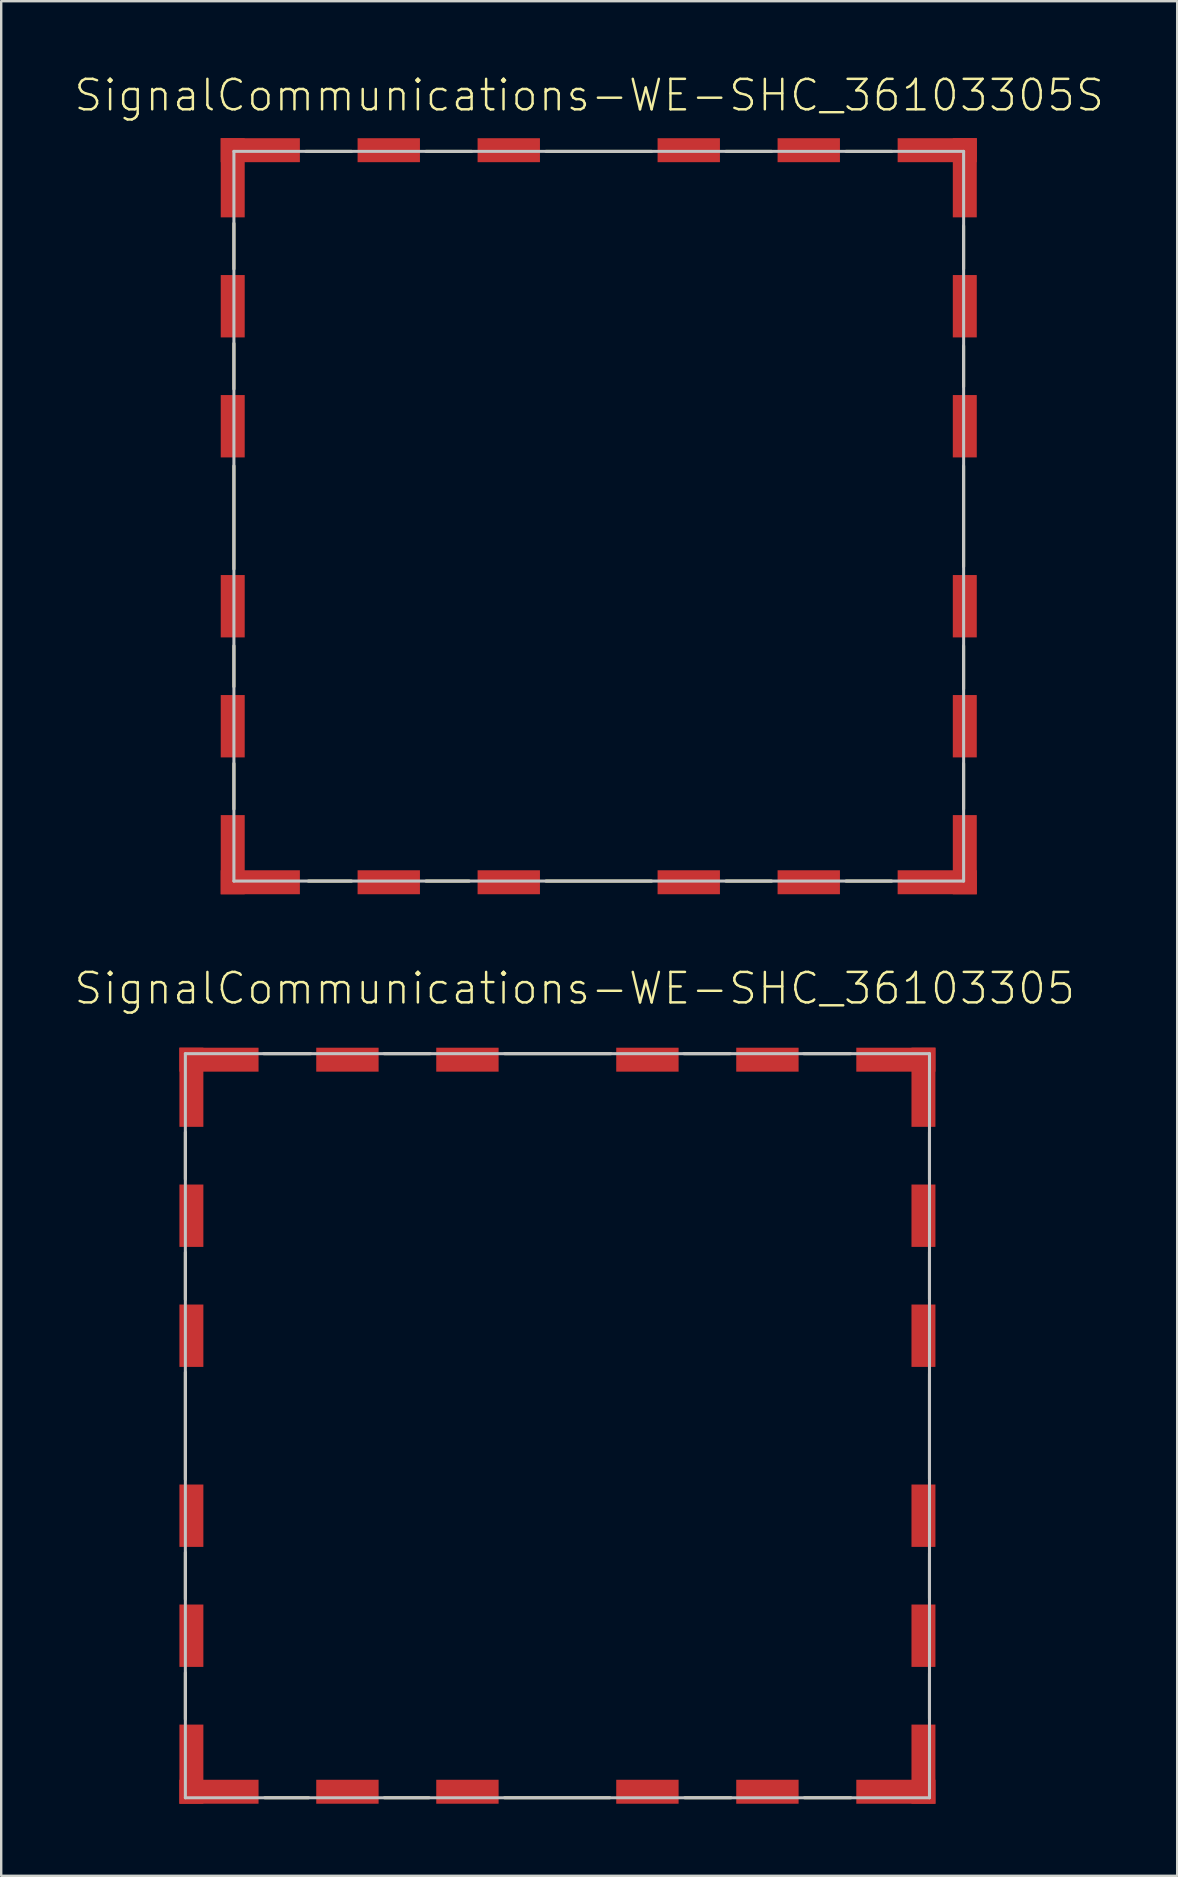
<source format=kicad_pcb>
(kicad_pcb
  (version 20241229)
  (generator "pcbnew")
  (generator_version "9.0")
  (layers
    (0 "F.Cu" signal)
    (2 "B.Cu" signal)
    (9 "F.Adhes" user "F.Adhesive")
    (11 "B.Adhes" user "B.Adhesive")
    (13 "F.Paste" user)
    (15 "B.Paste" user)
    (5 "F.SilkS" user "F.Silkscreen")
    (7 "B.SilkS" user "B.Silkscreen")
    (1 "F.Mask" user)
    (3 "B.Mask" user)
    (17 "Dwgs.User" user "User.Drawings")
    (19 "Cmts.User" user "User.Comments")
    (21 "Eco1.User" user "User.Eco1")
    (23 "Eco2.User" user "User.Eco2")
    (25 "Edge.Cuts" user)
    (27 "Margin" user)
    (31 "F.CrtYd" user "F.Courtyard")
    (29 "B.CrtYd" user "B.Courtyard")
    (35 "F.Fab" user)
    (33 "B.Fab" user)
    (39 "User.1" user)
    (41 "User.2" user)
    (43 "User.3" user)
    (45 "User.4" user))
  (footprint "SignalCommunications-WE-SHC_36103305"
    (layer "F.Cu")
    (at 20.171 56.342)
    (property "Reference" "SignalCommunications-WE-SHC_36103305" (at 0.719 -18.217 0) (layer "F.SilkS") (effects (font (size 1.27 1.27) (thickness 0.102))))
    (attr smd)
    (fp_line (start -15.499 -12.228) (end -15.499 -10.269) (stroke (width 0.127) (type solid)) (layer "F.SilkS"))
    (fp_line (start -15.499 -7.219) (end -15.499 -5.258) (stroke (width 0.127) (type solid)) (layer "F.SilkS"))
    (fp_line (start -15.499 -2.228) (end -15.499 2.238) (stroke (width 0.127) (type solid)) (layer "F.SilkS"))
    (fp_line (start -15.499 5.278) (end -15.499 7.229) (stroke (width 0.127) (type solid)) (layer "F.SilkS"))
    (fp_line (start -15.499 10.29) (end -15.499 12.228) (stroke (width 0.127) (type solid)) (layer "F.SilkS"))
    (fp_line (start -12.238 -15.499) (end -10.279 -15.499) (stroke (width 0.127) (type solid)) (layer "F.SilkS"))
    (fp_line (start -12.189 15.499) (end -10.368 15.499) (stroke (width 0.127) (type solid)) (layer "F.SilkS"))
    (fp_line (start -7.219 -15.499) (end -5.298 -15.499) (stroke (width 0.127) (type solid)) (layer "F.SilkS"))
    (fp_line (start -7.209 15.499) (end -5.349 15.499) (stroke (width 0.127) (type solid)) (layer "F.SilkS"))
    (fp_line (start -2.2 -15.499) (end 2.228 -15.499) (stroke (width 0.127) (type solid)) (layer "F.SilkS"))
    (fp_line (start -2.2 15.499) (end 2.179 15.499) (stroke (width 0.127) (type solid)) (layer "F.SilkS"))
    (fp_line (start 5.268 -15.499) (end 7.198 -15.499) (stroke (width 0.127) (type solid)) (layer "F.SilkS"))
    (fp_line (start 5.309 15.499) (end 7.229 15.499) (stroke (width 0.127) (type solid)) (layer "F.SilkS"))
    (fp_line (start 10.259 -15.499) (end 12.21 -15.499) (stroke (width 0.127) (type solid)) (layer "F.SilkS"))
    (fp_line (start 10.29 15.499) (end 12.22 15.499) (stroke (width 0.127) (type solid)) (layer "F.SilkS"))
    (fp_line (start 15.499 -10.259) (end 15.499 -12.22) (stroke (width 0.127) (type solid)) (layer "F.SilkS"))
    (fp_line (start 15.499 -7.239) (end 15.499 -5.278) (stroke (width 0.127) (type solid)) (layer "F.SilkS"))
    (fp_line (start 15.499 -2.169) (end 15.499 2.21) (stroke (width 0.127) (type solid)) (layer "F.SilkS"))
    (fp_line (start 15.499 7.188) (end 15.499 5.309) (stroke (width 0.127) (type solid)) (layer "F.SilkS"))
    (fp_line (start 15.499 12.2) (end 15.499 10.317) (stroke (width 0.127) (type solid)) (layer "F.SilkS"))
    (fp_line (start -15.499 -15.499) (end -15.499 15.499) (stroke (width 0.127) (type solid)) (layer "Dwgs.User"))
    (fp_line (start -15.499 15.499) (end 15.499 15.499) (stroke (width 0.127) (type solid)) (layer "Dwgs.User"))
    (fp_line (start 15.499 -15.499) (end -15.499 -15.499) (stroke (width 0.127) (type solid)) (layer "Dwgs.User"))
    (fp_line (start 15.499 15.499) (end 15.499 -15.499) (stroke (width 0.127) (type solid)) (layer "Dwgs.User"))
    (pad "1" smd rect (at 14.1 -15.248) (size 3.299 0.998) (layers "F.Cu" "F.Mask" "F.Paste"))
    (pad "2" smd rect (at 15.248 -14.1) (size 0.998 3.299) (layers "F.Cu" "F.Mask" "F.Paste"))
    (pad "3" smd rect (at 15.248 -8.748) (size 0.998 2.598) (layers "F.Cu" "F.Mask" "F.Paste"))
    (pad "4" smd rect (at 15.248 -3.749) (size 0.998 2.598) (layers "F.Cu" "F.Mask" "F.Paste"))
    (pad "5" smd rect (at 15.248 3.749) (size 0.998 2.598) (layers "F.Cu" "F.Mask" "F.Paste"))
    (pad "6" smd rect (at 15.248 8.748) (size 0.998 2.598) (layers "F.Cu" "F.Mask" "F.Paste"))
    (pad "7" smd rect (at 15.248 14.1) (size 0.998 3.299) (layers "F.Cu" "F.Mask" "F.Paste"))
    (pad "8" smd rect (at 14.1 15.248) (size 3.299 0.998) (layers "F.Cu" "F.Mask" "F.Paste"))
    (pad "9" smd rect (at 8.748 15.248) (size 2.598 0.998) (layers "F.Cu" "F.Mask" "F.Paste"))
    (pad "10" smd rect (at 3.749 15.248) (size 2.598 0.998) (layers "F.Cu" "F.Mask" "F.Paste"))
    (pad "11" smd rect (at -3.749 15.248) (size 2.598 0.998) (layers "F.Cu" "F.Mask" "F.Paste"))
    (pad "12" smd rect (at -8.748 15.248) (size 2.598 0.998) (layers "F.Cu" "F.Mask" "F.Paste"))
    (pad "13" smd rect (at -14.1 15.248) (size 3.299 0.998) (layers "F.Cu" "F.Mask" "F.Paste"))
    (pad "14" smd rect (at -15.248 14.1) (size 0.998 3.299) (layers "F.Cu" "F.Mask" "F.Paste"))
    (pad "15" smd rect (at -15.248 8.748) (size 0.998 2.598) (layers "F.Cu" "F.Mask" "F.Paste"))
    (pad "16" smd rect (at -15.248 3.749) (size 0.998 2.598) (layers "F.Cu" "F.Mask" "F.Paste"))
    (pad "17" smd rect (at -15.248 -3.749) (size 0.998 2.598) (layers "F.Cu" "F.Mask" "F.Paste"))
    (pad "18" smd rect (at -15.248 -8.748) (size 0.998 2.598) (layers "F.Cu" "F.Mask" "F.Paste"))
    (pad "19" smd rect (at -15.248 -14.1) (size 0.998 3.299) (layers "F.Cu" "F.Mask" "F.Paste"))
    (pad "20" smd rect (at -14.1 -15.248) (size 3.299 0.998) (layers "F.Cu" "F.Mask" "F.Paste"))
    (pad "21" smd rect (at -8.748 -15.248) (size 2.598 0.998) (layers "F.Cu" "F.Mask" "F.Paste"))
    (pad "22" smd rect (at -3.749 -15.248) (size 2.598 0.998) (layers "F.Cu" "F.Mask" "F.Paste"))
    (pad "23" smd rect (at 3.749 -15.248) (size 2.598 0.998) (layers "F.Cu" "F.Mask" "F.Paste"))
    (pad "24" smd rect (at 8.748 -15.248) (size 2.598 0.998) (layers "F.Cu" "F.Mask" "F.Paste")))
  (footprint "SignalCommunications-WE-SHC_36103305S"
    (layer "F.Cu")
    (at 21.893 18.455)
    (property "Reference" "SignalCommunications-WE-SHC_36103305S" (at -0.399 -17.534 0) (layer "F.SilkS") (effects (font (size 1.27 1.27) (thickness 0.102))))
    (attr smd)
    (fp_line (start -15.199 -12.2) (end -15.199 -10.3) (stroke (width 0.127) (type solid)) (layer "F.SilkS"))
    (fp_line (start -15.199 -7.198) (end -15.199 -5.298) (stroke (width 0.127) (type solid)) (layer "F.SilkS"))
    (fp_line (start -15.199 -2.098) (end -15.199 2.2) (stroke (width 0.127) (type solid)) (layer "F.SilkS"))
    (fp_line (start -15.199 5.397) (end -15.199 7.099) (stroke (width 0.127) (type solid)) (layer "F.SilkS"))
    (fp_line (start -15.199 10.3) (end -15.199 12.2) (stroke (width 0.127) (type solid)) (layer "F.SilkS"))
    (fp_line (start -12.2 -15.199) (end -10.3 -15.199) (stroke (width 0.127) (type solid)) (layer "F.SilkS"))
    (fp_line (start -12.098 15.199) (end -10.3 15.199) (stroke (width 0.127) (type solid)) (layer "F.SilkS"))
    (fp_line (start -7.198 -15.199) (end -5.298 -15.199) (stroke (width 0.127) (type solid)) (layer "F.SilkS"))
    (fp_line (start -7.198 15.199) (end -5.397 15.199) (stroke (width 0.127) (type solid)) (layer "F.SilkS"))
    (fp_line (start -2.2 -15.199) (end 2.2 -15.199) (stroke (width 0.127) (type solid)) (layer "F.SilkS"))
    (fp_line (start -2.2 15.199) (end 2.2 15.199) (stroke (width 0.127) (type solid)) (layer "F.SilkS"))
    (fp_line (start 5.298 -15.199) (end 7.198 -15.199) (stroke (width 0.127) (type solid)) (layer "F.SilkS"))
    (fp_line (start 5.298 15.199) (end 7.198 15.199) (stroke (width 0.127) (type solid)) (layer "F.SilkS"))
    (fp_line (start 10.3 -15.199) (end 12.2 -15.199) (stroke (width 0.127) (type solid)) (layer "F.SilkS"))
    (fp_line (start 10.3 15.199) (end 12.2 15.199) (stroke (width 0.127) (type solid)) (layer "F.SilkS"))
    (fp_line (start 15.199 -12.098) (end 15.199 -10.3) (stroke (width 0.127) (type solid)) (layer "F.SilkS"))
    (fp_line (start 15.199 -7.099) (end 15.199 -5.397) (stroke (width 0.127) (type solid)) (layer "F.SilkS"))
    (fp_line (start 15.199 -2.098) (end 15.199 2.098) (stroke (width 0.127) (type solid)) (layer "F.SilkS"))
    (fp_line (start 15.199 5.397) (end 15.199 7.198) (stroke (width 0.127) (type solid)) (layer "F.SilkS"))
    (fp_line (start 15.199 10.3) (end 15.199 12.2) (stroke (width 0.127) (type solid)) (layer "F.SilkS"))
    (fp_line (start -15.199 -15.199) (end 15.199 -15.199) (stroke (width 0.127) (type solid)) (layer "Dwgs.User"))
    (fp_line (start -15.199 15.199) (end -15.199 -15.199) (stroke (width 0.127) (type solid)) (layer "Dwgs.User"))
    (fp_line (start 15.199 -15.199) (end 15.199 15.199) (stroke (width 0.127) (type solid)) (layer "Dwgs.User"))
    (fp_line (start 15.199 15.199) (end -15.199 15.199) (stroke (width 0.127) (type solid)) (layer "Dwgs.User"))
    (pad "1" smd rect (at -3.749 -15.248) (size 2.598 0.998) (layers "F.Cu" "F.Mask" "F.Paste"))
    (pad "2" smd rect (at 3.749 -15.248) (size 2.598 0.998) (layers "F.Cu" "F.Mask" "F.Paste"))
    (pad "3" smd rect (at 8.748 -15.248) (size 2.598 0.998) (layers "F.Cu" "F.Mask" "F.Paste"))
    (pad "4" smd rect (at 14.1 -15.248) (size 3.299 0.998) (layers "F.Cu" "F.Mask" "F.Paste"))
    (pad "5" smd rect (at 15.248 -14.1 90) (size 3.299 0.998) (layers "F.Cu" "F.Mask" "F.Paste"))
    (pad "6" smd rect (at 15.248 -8.748 90) (size 2.598 0.998) (layers "F.Cu" "F.Mask" "F.Paste"))
    (pad "7" smd rect (at 15.248 -3.749 90) (size 2.598 0.998) (layers "F.Cu" "F.Mask" "F.Paste"))
    (pad "8" smd rect (at 15.248 3.749 90) (size 2.598 0.998) (layers "F.Cu" "F.Mask" "F.Paste"))
    (pad "9" smd rect (at 15.248 8.748 90) (size 2.598 0.998) (layers "F.Cu" "F.Mask" "F.Paste"))
    (pad "10" smd rect (at 15.248 14.1 90) (size 3.299 0.998) (layers "F.Cu" "F.Mask" "F.Paste"))
    (pad "11" smd rect (at 14.1 15.248) (size 3.299 0.998) (layers "F.Cu" "F.Mask" "F.Paste"))
    (pad "12" smd rect (at 8.748 15.248) (size 2.598 0.998) (layers "F.Cu" "F.Mask" "F.Paste"))
    (pad "13" smd rect (at 3.749 15.248) (size 2.598 0.998) (layers "F.Cu" "F.Mask" "F.Paste"))
    (pad "14" smd rect (at -3.749 15.248) (size 2.598 0.998) (layers "F.Cu" "F.Mask" "F.Paste"))
    (pad "15" smd rect (at -8.748 15.248) (size 2.598 0.998) (layers "F.Cu" "F.Mask" "F.Paste"))
    (pad "16" smd rect (at -14.1 15.248) (size 3.299 0.998) (layers "F.Cu" "F.Mask" "F.Paste"))
    (pad "17" smd rect (at -15.248 14.1 90) (size 3.299 0.998) (layers "F.Cu" "F.Mask" "F.Paste"))
    (pad "18" smd rect (at -15.248 8.748 90) (size 2.598 0.998) (layers "F.Cu" "F.Mask" "F.Paste"))
    (pad "19" smd rect (at -15.248 3.749 90) (size 2.598 0.998) (layers "F.Cu" "F.Mask" "F.Paste"))
    (pad "20" smd rect (at -15.248 -3.749 90) (size 2.598 0.998) (layers "F.Cu" "F.Mask" "F.Paste"))
    (pad "21" smd rect (at -15.248 -8.748 90) (size 2.598 0.998) (layers "F.Cu" "F.Mask" "F.Paste"))
    (pad "22" smd rect (at -15.248 -14.1 90) (size 3.299 0.998) (layers "F.Cu" "F.Mask" "F.Paste"))
    (pad "23" smd rect (at -14.1 -15.248) (size 3.299 0.998) (layers "F.Cu" "F.Mask" "F.Paste"))
    (pad "24" smd rect (at -8.748 -15.248) (size 2.598 0.998) (layers "F.Cu" "F.Mask" "F.Paste")))
  (gr_rect
    (start -3 -3)
    (end 45.989 75.092)
    (stroke (width 0.1) (type default))
    (fill no)
    (layer "Edge.Cuts")))
</source>
